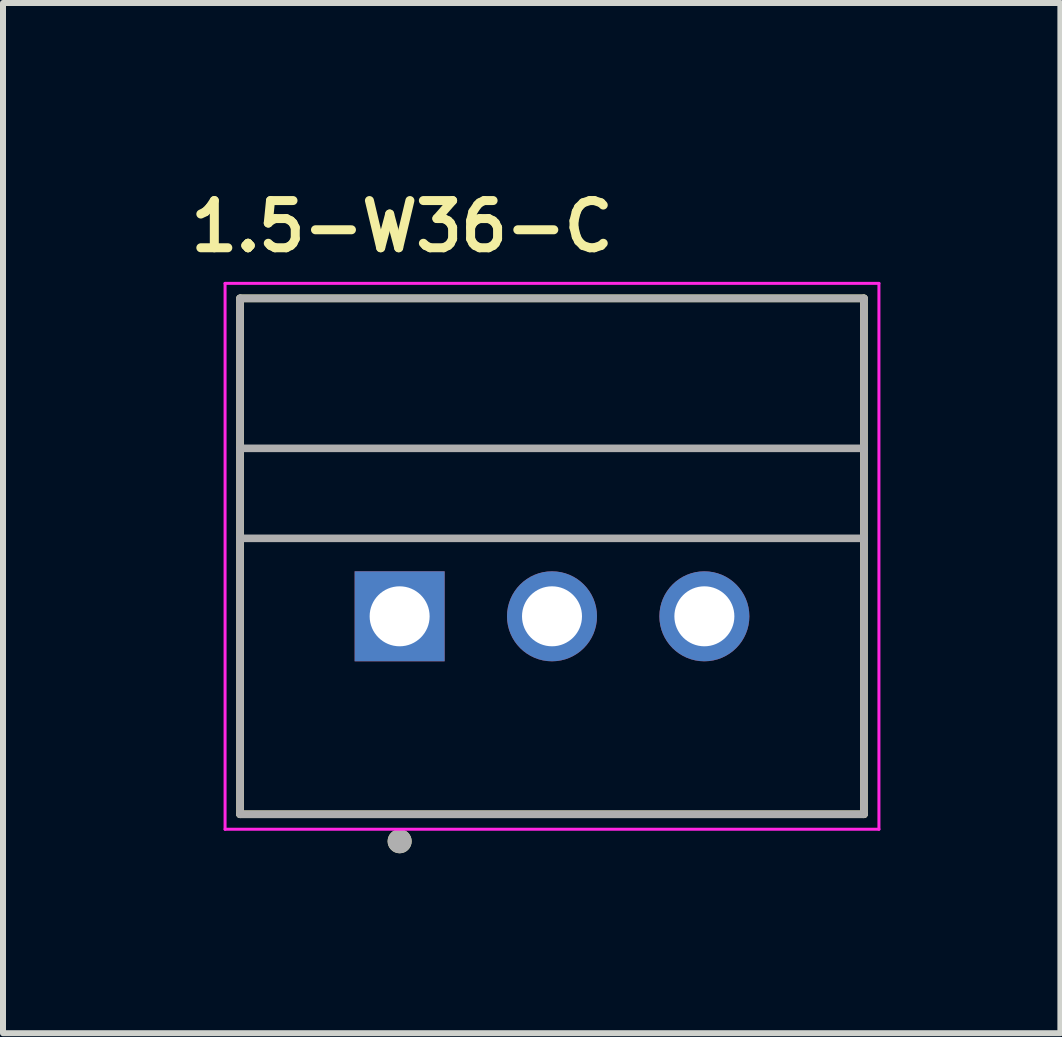
<source format=kicad_pcb>
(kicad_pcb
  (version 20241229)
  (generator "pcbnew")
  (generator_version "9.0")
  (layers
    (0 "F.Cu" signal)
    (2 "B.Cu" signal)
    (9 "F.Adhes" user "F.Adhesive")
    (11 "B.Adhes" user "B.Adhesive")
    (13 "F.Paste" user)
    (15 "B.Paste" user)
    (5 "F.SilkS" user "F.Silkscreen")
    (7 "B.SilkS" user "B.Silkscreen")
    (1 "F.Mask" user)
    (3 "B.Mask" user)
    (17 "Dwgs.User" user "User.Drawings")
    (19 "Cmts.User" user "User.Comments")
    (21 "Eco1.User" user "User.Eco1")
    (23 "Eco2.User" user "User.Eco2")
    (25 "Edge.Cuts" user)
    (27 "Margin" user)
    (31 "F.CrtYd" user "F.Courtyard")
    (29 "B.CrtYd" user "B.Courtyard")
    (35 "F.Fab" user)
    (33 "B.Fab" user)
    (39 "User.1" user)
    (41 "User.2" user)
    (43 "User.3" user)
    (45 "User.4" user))
  (footprint "1.5-W36-C"
    (layer "F.Cu")
    (at 6.152 7.224)
    (property "Reference" "1.5-W36-C" (at -2.5 -6.5 0) (layer "F.SilkS") (effects (font (size 0.787 0.787) (thickness 0.15))))
    (attr through_hole)
    (fp_line (start -5.2 -5.3) (end -5.2 3.3) (stroke (width 0.127) (type solid)) (layer "F.SilkS"))
    (fp_line (start -5.2 3.3) (end 5.2 3.3) (stroke (width 0.127) (type solid)) (layer "F.SilkS"))
    (fp_line (start 5.2 -5.3) (end -5.2 -5.3) (stroke (width 0.127) (type solid)) (layer "F.SilkS"))
    (fp_line (start 5.2 3.3) (end 5.2 -5.3) (stroke (width 0.127) (type solid)) (layer "F.SilkS"))
    (fp_circle (center -2.54 3.75) (end -2.44 3.75) (stroke (width 0.2) (type solid)) (fill no) (layer "F.SilkS"))
    (fp_line (start -5.45 -5.55) (end 5.45 -5.55) (stroke (width 0.05) (type solid)) (layer "F.CrtYd"))
    (fp_line (start -5.45 3.55) (end -5.45 -5.55) (stroke (width 0.05) (type solid)) (layer "F.CrtYd"))
    (fp_line (start 5.45 -5.55) (end 5.45 3.55) (stroke (width 0.05) (type solid)) (layer "F.CrtYd"))
    (fp_line (start 5.45 3.55) (end -5.45 3.55) (stroke (width 0.05) (type solid)) (layer "F.CrtYd"))
    (fp_line (start -5.2 -5.3) (end -5.2 -2.8) (stroke (width 0.127) (type solid)) (layer "F.Fab"))
    (fp_line (start -5.2 -2.8) (end -5.2 -1.3) (stroke (width 0.127) (type solid)) (layer "F.Fab"))
    (fp_line (start -5.2 -2.8) (end 5.2 -2.8) (stroke (width 0.127) (type solid)) (layer "F.Fab"))
    (fp_line (start -5.2 -1.3) (end -5.2 3.3) (stroke (width 0.127) (type solid)) (layer "F.Fab"))
    (fp_line (start -5.2 -1.3) (end 5.2 -1.3) (stroke (width 0.127) (type solid)) (layer "F.Fab"))
    (fp_line (start -5.2 3.3) (end 5.2 3.3) (stroke (width 0.127) (type solid)) (layer "F.Fab"))
    (fp_line (start 5.2 -5.3) (end -5.2 -5.3) (stroke (width 0.127) (type solid)) (layer "F.Fab"))
    (fp_line (start 5.2 -2.8) (end 5.2 -5.3) (stroke (width 0.127) (type solid)) (layer "F.Fab"))
    (fp_line (start 5.2 -1.3) (end 5.2 -2.8) (stroke (width 0.127) (type solid)) (layer "F.Fab"))
    (fp_line (start 5.2 3.3) (end 5.2 -1.3) (stroke (width 0.127) (type solid)) (layer "F.Fab"))
    (fp_circle (center -2.54 3.75) (end -2.44 3.75) (stroke (width 0.2) (type solid)) (fill no) (layer "F.Fab"))
    (pad "1" thru_hole rect (at -2.54 0) (size 1.5 1.5) (drill 1) (layers "*.Cu" "*.Mask"))
    (pad "2" thru_hole circle (at 0 0) (size 1.5 1.5) (drill 1) (layers "*.Cu" "*.Mask"))
    (pad "3" thru_hole circle (at 2.54 0) (size 1.5 1.5) (drill 1) (layers "*.Cu" "*.Mask")))
  (gr_rect
    (start -3 -3)
    (end 14.627 14.174)
    (stroke (width 0.1) (type default))
    (fill no)
    (layer "Edge.Cuts")))
</source>
